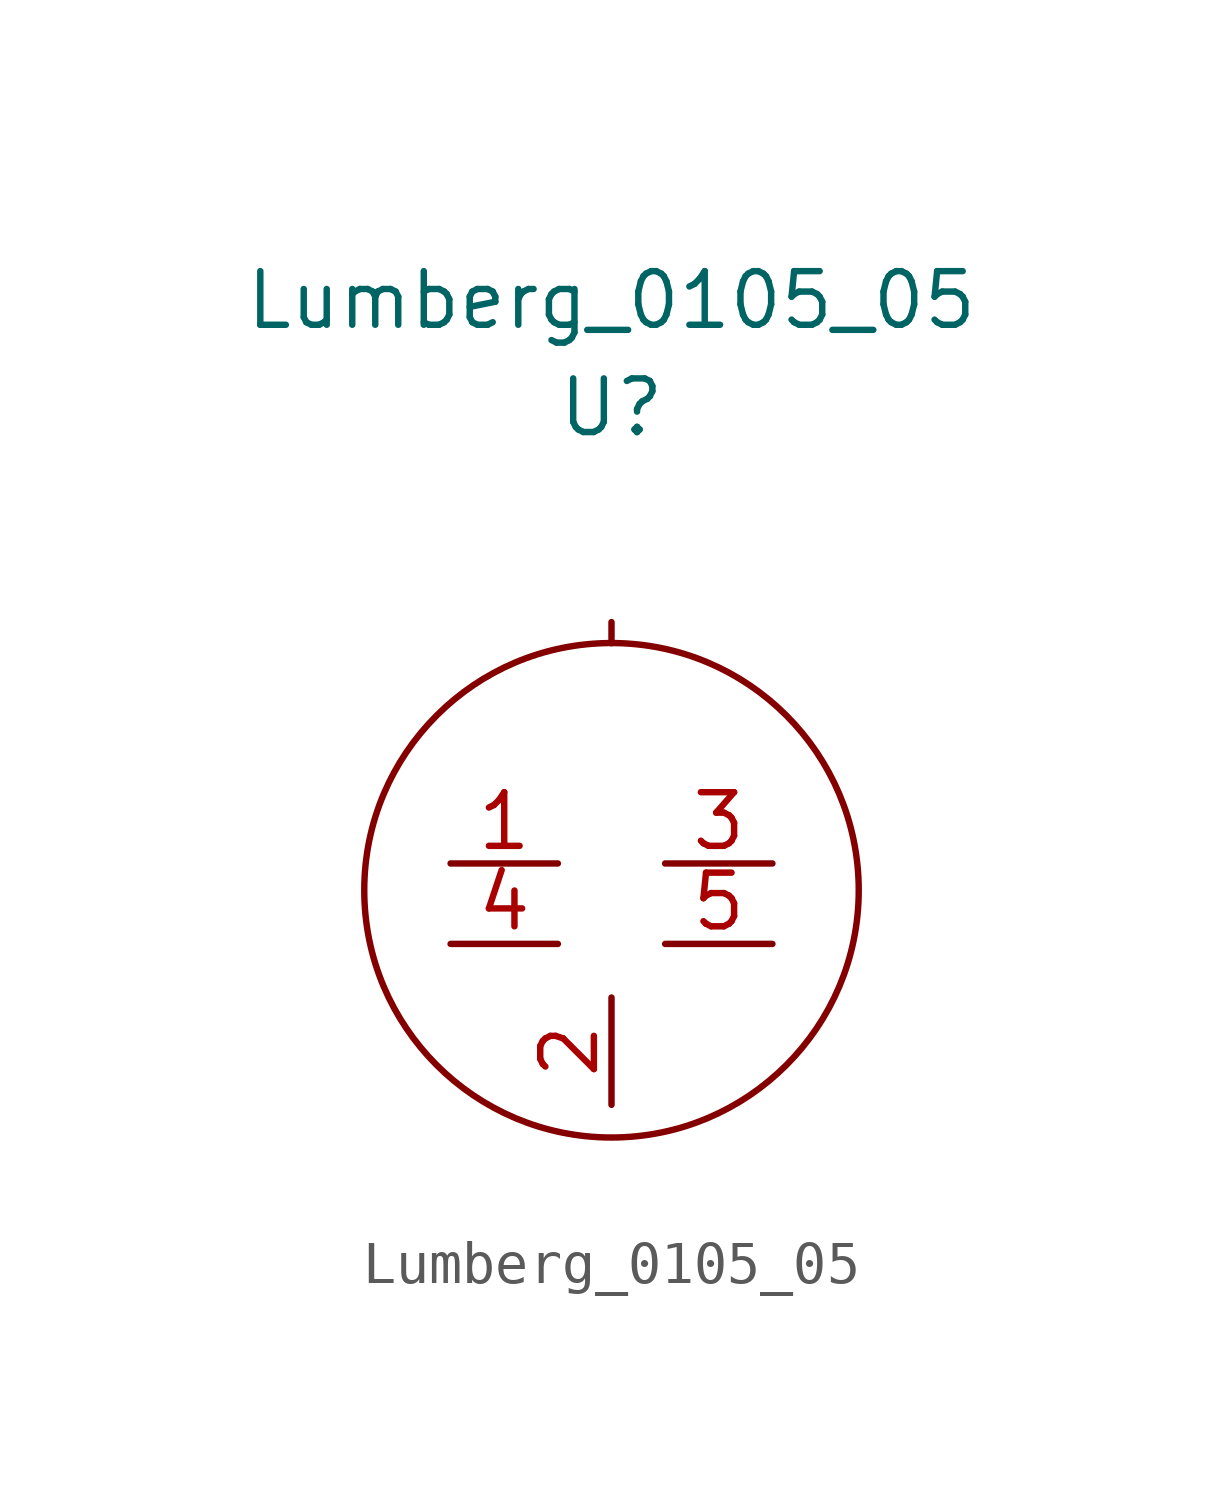
<source format=kicad_sym>
(kicad_symbol_lib
  (version 20211014)
  (generator kicad_symbol_editor)
  (symbol "Lumberg_0105_05"
    (pin_names hide)
    (property "Reference" "U"
      (at 0 11.43 0)
      (effects (font (size 1.27 1.27))))
    (property "Value" "Lumberg_0105_05"
      (at 0 13.97 0)
      (effects (font (size 1.27 1.27))))
    (symbol "Lumberg_0105_05_0_1"
      (circle (center 0 0) (radius 5.854) (stroke (width 0.152) (type default) (color 0 0 0 0)) (fill (type none))))
    (symbol "Lumberg_0105_05_1_1"
      (pin passive line (at 0 6.35 270) (length 0.5) (name "66" (effects (font (size 1.27 1.27)))) (number "" (effects (font (size 1.27 1.27)))))
      (pin passive line (at -3.81 0.635 0) (length 2.54) (name "1" (effects (font (size 1.27 1.27)))) (number "1" (effects (font (size 1.27 1.27)))))
      (pin passive line (at 0 -5.08 90) (length 2.54) (name "2" (effects (font (size 1.27 1.27)))) (number "2" (effects (font (size 1.27 1.27)))))
      (pin passive line (at 3.81 0.635 180) (length 2.54) (name "3" (effects (font (size 1.27 1.27)))) (number "3" (effects (font (size 1.27 1.27)))))
      (pin passive line (at -3.81 -1.27 0) (length 2.54) (name "4" (effects (font (size 1.27 1.27)))) (number "4" (effects (font (size 1.27 1.27)))))
      (pin passive line (at 3.81 -1.27 180) (length 2.54) (name "5" (effects (font (size 1.27 1.27)))) (number "5" (effects (font (size 1.27 1.27))))))))
</source>
